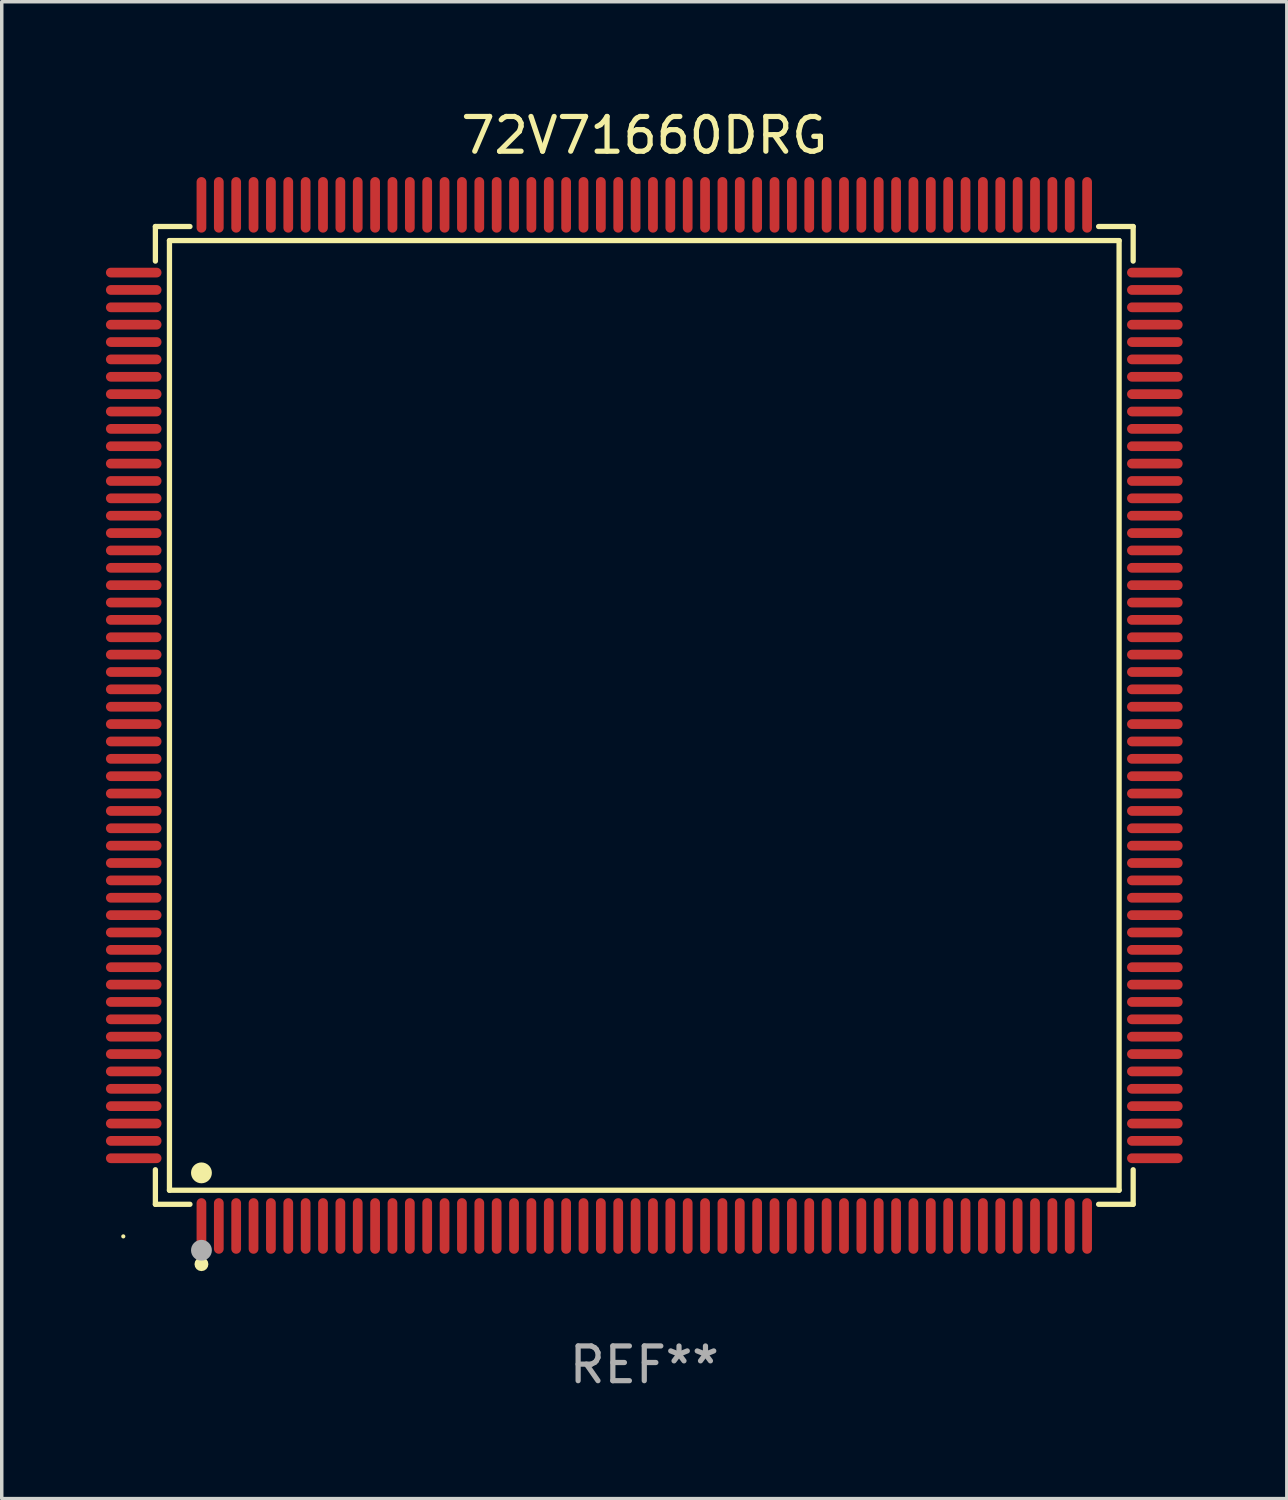
<source format=kicad_pcb>
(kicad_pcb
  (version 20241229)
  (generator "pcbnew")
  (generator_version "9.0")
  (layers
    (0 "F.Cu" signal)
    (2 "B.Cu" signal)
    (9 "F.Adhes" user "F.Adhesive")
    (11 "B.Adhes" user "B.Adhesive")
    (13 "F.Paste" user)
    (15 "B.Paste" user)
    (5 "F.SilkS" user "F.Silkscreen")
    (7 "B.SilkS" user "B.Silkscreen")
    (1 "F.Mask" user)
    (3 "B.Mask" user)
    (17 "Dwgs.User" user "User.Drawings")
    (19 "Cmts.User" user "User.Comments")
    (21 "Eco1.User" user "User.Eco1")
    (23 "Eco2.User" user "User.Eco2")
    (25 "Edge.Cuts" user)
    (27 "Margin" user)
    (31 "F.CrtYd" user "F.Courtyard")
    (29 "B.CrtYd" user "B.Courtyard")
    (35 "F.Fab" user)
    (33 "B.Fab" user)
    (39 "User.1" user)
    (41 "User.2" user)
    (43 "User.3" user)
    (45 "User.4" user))
  (footprint "72V71660DRG"
    (layer "F.Cu")
    (at 15.5 17.548)
    (property "Reference" "72V71660DRG" (at 0 -16.7 0) (layer "F.SilkS") (effects (font (size 1 1) (thickness 0.15))))
    (attr through_hole)
    (fp_line (start -14.076 -14.076) (end -13.081 -14.076) (stroke (width 0.152) (type solid)) (layer "F.SilkS"))
    (fp_line (start -14.076 -13.081) (end -14.076 -14.076) (stroke (width 0.152) (type solid)) (layer "F.SilkS"))
    (fp_line (start -14.076 13.081) (end -14.076 14.076) (stroke (width 0.152) (type solid)) (layer "F.SilkS"))
    (fp_line (start -14.076 14.076) (end -13.081 14.076) (stroke (width 0.152) (type solid)) (layer "F.SilkS"))
    (fp_line (start -13.671 -13.671) (end 13.671 -13.671) (stroke (width 0.152) (type solid)) (layer "F.SilkS"))
    (fp_line (start -13.671 13.671) (end -13.671 -13.671) (stroke (width 0.152) (type solid)) (layer "F.SilkS"))
    (fp_line (start 13.671 -13.671) (end 13.671 13.671) (stroke (width 0.152) (type solid)) (layer "F.SilkS"))
    (fp_line (start 13.671 13.671) (end -13.671 13.671) (stroke (width 0.152) (type solid)) (layer "F.SilkS"))
    (fp_line (start 14.076 -14.076) (end 13.081 -14.076) (stroke (width 0.152) (type solid)) (layer "F.SilkS"))
    (fp_line (start 14.076 -13.081) (end 14.076 -14.076) (stroke (width 0.152) (type solid)) (layer "F.SilkS"))
    (fp_line (start 14.076 13.081) (end 14.076 14.076) (stroke (width 0.152) (type solid)) (layer "F.SilkS"))
    (fp_line (start 14.076 14.076) (end 13.081 14.076) (stroke (width 0.152) (type solid)) (layer "F.SilkS"))
    (fp_circle (center -15 15) (end -14.97 15) (stroke (width 0.06) (type solid)) (fill no) (layer "F.SilkS"))
    (fp_circle (center -12.75 13.171) (end -12.6 13.171) (stroke (width 0.3) (type solid)) (fill no) (layer "F.SilkS"))
    (fp_circle (center -12.75 15.8) (end -12.65 15.8) (stroke (width 0.2) (type solid)) (fill no) (layer "F.SilkS"))
    (fp_circle (center -12.75 15.4) (end -12.6 15.4) (stroke (width 0.3) (type solid)) (fill no) (layer "F.Fab"))
    (fp_text user "REF**" (at 0 18.7 0) (layer "F.Fab") (effects (font (size 1 1) (thickness 0.15))))
    (pad "1" smd oval (at -12.75 14.7) (size 0.28 1.6) (layers "F.Cu" "F.Mask" "F.Paste"))
    (pad "2" smd oval (at -12.25 14.7) (size 0.28 1.6) (layers "F.Cu" "F.Mask" "F.Paste"))
    (pad "3" smd oval (at -11.75 14.7) (size 0.28 1.6) (layers "F.Cu" "F.Mask" "F.Paste"))
    (pad "4" smd oval (at -11.25 14.7) (size 0.28 1.6) (layers "F.Cu" "F.Mask" "F.Paste"))
    (pad "5" smd oval (at -10.75 14.7) (size 0.28 1.6) (layers "F.Cu" "F.Mask" "F.Paste"))
    (pad "6" smd oval (at -10.25 14.7) (size 0.28 1.6) (layers "F.Cu" "F.Mask" "F.Paste"))
    (pad "7" smd oval (at -9.75 14.7) (size 0.28 1.6) (layers "F.Cu" "F.Mask" "F.Paste"))
    (pad "8" smd oval (at -9.25 14.7) (size 0.28 1.6) (layers "F.Cu" "F.Mask" "F.Paste"))
    (pad "9" smd oval (at -8.75 14.7) (size 0.28 1.6) (layers "F.Cu" "F.Mask" "F.Paste"))
    (pad "10" smd oval (at -8.25 14.7) (size 0.28 1.6) (layers "F.Cu" "F.Mask" "F.Paste"))
    (pad "11" smd oval (at -7.75 14.7) (size 0.28 1.6) (layers "F.Cu" "F.Mask" "F.Paste"))
    (pad "12" smd oval (at -7.25 14.7) (size 0.28 1.6) (layers "F.Cu" "F.Mask" "F.Paste"))
    (pad "13" smd oval (at -6.75 14.7) (size 0.28 1.6) (layers "F.Cu" "F.Mask" "F.Paste"))
    (pad "14" smd oval (at -6.25 14.7) (size 0.28 1.6) (layers "F.Cu" "F.Mask" "F.Paste"))
    (pad "15" smd oval (at -5.75 14.7) (size 0.28 1.6) (layers "F.Cu" "F.Mask" "F.Paste"))
    (pad "16" smd oval (at -5.25 14.7) (size 0.28 1.6) (layers "F.Cu" "F.Mask" "F.Paste"))
    (pad "17" smd oval (at -4.75 14.7) (size 0.28 1.6) (layers "F.Cu" "F.Mask" "F.Paste"))
    (pad "18" smd oval (at -4.25 14.7) (size 0.28 1.6) (layers "F.Cu" "F.Mask" "F.Paste"))
    (pad "19" smd oval (at -3.75 14.7) (size 0.28 1.6) (layers "F.Cu" "F.Mask" "F.Paste"))
    (pad "20" smd oval (at -3.25 14.7) (size 0.28 1.6) (layers "F.Cu" "F.Mask" "F.Paste"))
    (pad "21" smd oval (at -2.75 14.7) (size 0.28 1.6) (layers "F.Cu" "F.Mask" "F.Paste"))
    (pad "22" smd oval (at -2.25 14.7) (size 0.28 1.6) (layers "F.Cu" "F.Mask" "F.Paste"))
    (pad "23" smd oval (at -1.75 14.7) (size 0.28 1.6) (layers "F.Cu" "F.Mask" "F.Paste"))
    (pad "24" smd oval (at -1.25 14.7) (size 0.28 1.6) (layers "F.Cu" "F.Mask" "F.Paste"))
    (pad "25" smd oval (at -0.75 14.7) (size 0.28 1.6) (layers "F.Cu" "F.Mask" "F.Paste"))
    (pad "26" smd oval (at -0.25 14.7) (size 0.28 1.6) (layers "F.Cu" "F.Mask" "F.Paste"))
    (pad "27" smd oval (at 0.25 14.7) (size 0.28 1.6) (layers "F.Cu" "F.Mask" "F.Paste"))
    (pad "28" smd oval (at 0.75 14.7) (size 0.28 1.6) (layers "F.Cu" "F.Mask" "F.Paste"))
    (pad "29" smd oval (at 1.25 14.7) (size 0.28 1.6) (layers "F.Cu" "F.Mask" "F.Paste"))
    (pad "30" smd oval (at 1.75 14.7) (size 0.28 1.6) (layers "F.Cu" "F.Mask" "F.Paste"))
    (pad "31" smd oval (at 2.25 14.7) (size 0.28 1.6) (layers "F.Cu" "F.Mask" "F.Paste"))
    (pad "32" smd oval (at 2.75 14.7) (size 0.28 1.6) (layers "F.Cu" "F.Mask" "F.Paste"))
    (pad "33" smd oval (at 3.25 14.7) (size 0.28 1.6) (layers "F.Cu" "F.Mask" "F.Paste"))
    (pad "34" smd oval (at 3.75 14.7) (size 0.28 1.6) (layers "F.Cu" "F.Mask" "F.Paste"))
    (pad "35" smd oval (at 4.25 14.7) (size 0.28 1.6) (layers "F.Cu" "F.Mask" "F.Paste"))
    (pad "36" smd oval (at 4.75 14.7) (size 0.28 1.6) (layers "F.Cu" "F.Mask" "F.Paste"))
    (pad "37" smd oval (at 5.25 14.7) (size 0.28 1.6) (layers "F.Cu" "F.Mask" "F.Paste"))
    (pad "38" smd oval (at 5.75 14.7) (size 0.28 1.6) (layers "F.Cu" "F.Mask" "F.Paste"))
    (pad "39" smd oval (at 6.25 14.7) (size 0.28 1.6) (layers "F.Cu" "F.Mask" "F.Paste"))
    (pad "40" smd oval (at 6.75 14.7) (size 0.28 1.6) (layers "F.Cu" "F.Mask" "F.Paste"))
    (pad "41" smd oval (at 7.25 14.7) (size 0.28 1.6) (layers "F.Cu" "F.Mask" "F.Paste"))
    (pad "42" smd oval (at 7.75 14.7) (size 0.28 1.6) (layers "F.Cu" "F.Mask" "F.Paste"))
    (pad "43" smd oval (at 8.25 14.7) (size 0.28 1.6) (layers "F.Cu" "F.Mask" "F.Paste"))
    (pad "44" smd oval (at 8.75 14.7) (size 0.28 1.6) (layers "F.Cu" "F.Mask" "F.Paste"))
    (pad "45" smd oval (at 9.25 14.7) (size 0.28 1.6) (layers "F.Cu" "F.Mask" "F.Paste"))
    (pad "46" smd oval (at 9.75 14.7) (size 0.28 1.6) (layers "F.Cu" "F.Mask" "F.Paste"))
    (pad "47" smd oval (at 10.25 14.7) (size 0.28 1.6) (layers "F.Cu" "F.Mask" "F.Paste"))
    (pad "48" smd oval (at 10.75 14.7) (size 0.28 1.6) (layers "F.Cu" "F.Mask" "F.Paste"))
    (pad "49" smd oval (at 11.25 14.7) (size 0.28 1.6) (layers "F.Cu" "F.Mask" "F.Paste"))
    (pad "50" smd oval (at 11.75 14.7) (size 0.28 1.6) (layers "F.Cu" "F.Mask" "F.Paste"))
    (pad "51" smd oval (at 12.25 14.7) (size 0.28 1.6) (layers "F.Cu" "F.Mask" "F.Paste"))
    (pad "52" smd oval (at 12.75 14.7) (size 0.28 1.6) (layers "F.Cu" "F.Mask" "F.Paste"))
    (pad "53" smd oval (at 14.7 12.75) (size 1.6 0.28) (layers "F.Cu" "F.Mask" "F.Paste"))
    (pad "54" smd oval (at 14.7 12.25) (size 1.6 0.28) (layers "F.Cu" "F.Mask" "F.Paste"))
    (pad "55" smd oval (at 14.7 11.75) (size 1.6 0.28) (layers "F.Cu" "F.Mask" "F.Paste"))
    (pad "56" smd oval (at 14.7 11.25) (size 1.6 0.28) (layers "F.Cu" "F.Mask" "F.Paste"))
    (pad "57" smd oval (at 14.7 10.75) (size 1.6 0.28) (layers "F.Cu" "F.Mask" "F.Paste"))
    (pad "58" smd oval (at 14.7 10.25) (size 1.6 0.28) (layers "F.Cu" "F.Mask" "F.Paste"))
    (pad "59" smd oval (at 14.7 9.75) (size 1.6 0.28) (layers "F.Cu" "F.Mask" "F.Paste"))
    (pad "60" smd oval (at 14.7 9.25) (size 1.6 0.28) (layers "F.Cu" "F.Mask" "F.Paste"))
    (pad "61" smd oval (at 14.7 8.75) (size 1.6 0.28) (layers "F.Cu" "F.Mask" "F.Paste"))
    (pad "62" smd oval (at 14.7 8.25) (size 1.6 0.28) (layers "F.Cu" "F.Mask" "F.Paste"))
    (pad "63" smd oval (at 14.7 7.75) (size 1.6 0.28) (layers "F.Cu" "F.Mask" "F.Paste"))
    (pad "64" smd oval (at 14.7 7.25) (size 1.6 0.28) (layers "F.Cu" "F.Mask" "F.Paste"))
    (pad "65" smd oval (at 14.7 6.75) (size 1.6 0.28) (layers "F.Cu" "F.Mask" "F.Paste"))
    (pad "66" smd oval (at 14.7 6.25) (size 1.6 0.28) (layers "F.Cu" "F.Mask" "F.Paste"))
    (pad "67" smd oval (at 14.7 5.75) (size 1.6 0.28) (layers "F.Cu" "F.Mask" "F.Paste"))
    (pad "68" smd oval (at 14.7 5.25) (size 1.6 0.28) (layers "F.Cu" "F.Mask" "F.Paste"))
    (pad "69" smd oval (at 14.7 4.75) (size 1.6 0.28) (layers "F.Cu" "F.Mask" "F.Paste"))
    (pad "70" smd oval (at 14.7 4.25) (size 1.6 0.28) (layers "F.Cu" "F.Mask" "F.Paste"))
    (pad "71" smd oval (at 14.7 3.75) (size 1.6 0.28) (layers "F.Cu" "F.Mask" "F.Paste"))
    (pad "72" smd oval (at 14.7 3.25) (size 1.6 0.28) (layers "F.Cu" "F.Mask" "F.Paste"))
    (pad "73" smd oval (at 14.7 2.75) (size 1.6 0.28) (layers "F.Cu" "F.Mask" "F.Paste"))
    (pad "74" smd oval (at 14.7 2.25) (size 1.6 0.28) (layers "F.Cu" "F.Mask" "F.Paste"))
    (pad "75" smd oval (at 14.7 1.75) (size 1.6 0.28) (layers "F.Cu" "F.Mask" "F.Paste"))
    (pad "76" smd oval (at 14.7 1.25) (size 1.6 0.28) (layers "F.Cu" "F.Mask" "F.Paste"))
    (pad "77" smd oval (at 14.7 0.75) (size 1.6 0.28) (layers "F.Cu" "F.Mask" "F.Paste"))
    (pad "78" smd oval (at 14.7 0.25) (size 1.6 0.28) (layers "F.Cu" "F.Mask" "F.Paste"))
    (pad "79" smd oval (at 14.7 -0.25) (size 1.6 0.28) (layers "F.Cu" "F.Mask" "F.Paste"))
    (pad "80" smd oval (at 14.7 -0.75) (size 1.6 0.28) (layers "F.Cu" "F.Mask" "F.Paste"))
    (pad "81" smd oval (at 14.7 -1.25) (size 1.6 0.28) (layers "F.Cu" "F.Mask" "F.Paste"))
    (pad "82" smd oval (at 14.7 -1.75) (size 1.6 0.28) (layers "F.Cu" "F.Mask" "F.Paste"))
    (pad "83" smd oval (at 14.7 -2.25) (size 1.6 0.28) (layers "F.Cu" "F.Mask" "F.Paste"))
    (pad "84" smd oval (at 14.7 -2.75) (size 1.6 0.28) (layers "F.Cu" "F.Mask" "F.Paste"))
    (pad "85" smd oval (at 14.7 -3.25) (size 1.6 0.28) (layers "F.Cu" "F.Mask" "F.Paste"))
    (pad "86" smd oval (at 14.7 -3.75) (size 1.6 0.28) (layers "F.Cu" "F.Mask" "F.Paste"))
    (pad "87" smd oval (at 14.7 -4.25) (size 1.6 0.28) (layers "F.Cu" "F.Mask" "F.Paste"))
    (pad "88" smd oval (at 14.7 -4.75) (size 1.6 0.28) (layers "F.Cu" "F.Mask" "F.Paste"))
    (pad "89" smd oval (at 14.7 -5.25) (size 1.6 0.28) (layers "F.Cu" "F.Mask" "F.Paste"))
    (pad "90" smd oval (at 14.7 -5.75) (size 1.6 0.28) (layers "F.Cu" "F.Mask" "F.Paste"))
    (pad "91" smd oval (at 14.7 -6.25) (size 1.6 0.28) (layers "F.Cu" "F.Mask" "F.Paste"))
    (pad "92" smd oval (at 14.7 -6.75) (size 1.6 0.28) (layers "F.Cu" "F.Mask" "F.Paste"))
    (pad "93" smd oval (at 14.7 -7.25) (size 1.6 0.28) (layers "F.Cu" "F.Mask" "F.Paste"))
    (pad "94" smd oval (at 14.7 -7.75) (size 1.6 0.28) (layers "F.Cu" "F.Mask" "F.Paste"))
    (pad "95" smd oval (at 14.7 -8.25) (size 1.6 0.28) (layers "F.Cu" "F.Mask" "F.Paste"))
    (pad "96" smd oval (at 14.7 -8.75) (size 1.6 0.28) (layers "F.Cu" "F.Mask" "F.Paste"))
    (pad "97" smd oval (at 14.7 -9.25) (size 1.6 0.28) (layers "F.Cu" "F.Mask" "F.Paste"))
    (pad "98" smd oval (at 14.7 -9.75) (size 1.6 0.28) (layers "F.Cu" "F.Mask" "F.Paste"))
    (pad "99" smd oval (at 14.7 -10.25) (size 1.6 0.28) (layers "F.Cu" "F.Mask" "F.Paste"))
    (pad "100" smd oval (at 14.7 -10.75) (size 1.6 0.28) (layers "F.Cu" "F.Mask" "F.Paste"))
    (pad "101" smd oval (at 14.7 -11.25) (size 1.6 0.28) (layers "F.Cu" "F.Mask" "F.Paste"))
    (pad "102" smd oval (at 14.7 -11.75) (size 1.6 0.28) (layers "F.Cu" "F.Mask" "F.Paste"))
    (pad "103" smd oval (at 14.7 -12.25) (size 1.6 0.28) (layers "F.Cu" "F.Mask" "F.Paste"))
    (pad "104" smd oval (at 14.7 -12.75) (size 1.6 0.28) (layers "F.Cu" "F.Mask" "F.Paste"))
    (pad "105" smd oval (at 12.75 -14.7) (size 0.28 1.6) (layers "F.Cu" "F.Mask" "F.Paste"))
    (pad "106" smd oval (at 12.25 -14.7) (size 0.28 1.6) (layers "F.Cu" "F.Mask" "F.Paste"))
    (pad "107" smd oval (at 11.75 -14.7) (size 0.28 1.6) (layers "F.Cu" "F.Mask" "F.Paste"))
    (pad "108" smd oval (at 11.25 -14.7) (size 0.28 1.6) (layers "F.Cu" "F.Mask" "F.Paste"))
    (pad "109" smd oval (at 10.75 -14.7) (size 0.28 1.6) (layers "F.Cu" "F.Mask" "F.Paste"))
    (pad "110" smd oval (at 10.25 -14.7) (size 0.28 1.6) (layers "F.Cu" "F.Mask" "F.Paste"))
    (pad "111" smd oval (at 9.75 -14.7) (size 0.28 1.6) (layers "F.Cu" "F.Mask" "F.Paste"))
    (pad "112" smd oval (at 9.25 -14.7) (size 0.28 1.6) (layers "F.Cu" "F.Mask" "F.Paste"))
    (pad "113" smd oval (at 8.75 -14.7) (size 0.28 1.6) (layers "F.Cu" "F.Mask" "F.Paste"))
    (pad "114" smd oval (at 8.25 -14.7) (size 0.28 1.6) (layers "F.Cu" "F.Mask" "F.Paste"))
    (pad "115" smd oval (at 7.75 -14.7) (size 0.28 1.6) (layers "F.Cu" "F.Mask" "F.Paste"))
    (pad "116" smd oval (at 7.25 -14.7) (size 0.28 1.6) (layers "F.Cu" "F.Mask" "F.Paste"))
    (pad "117" smd oval (at 6.75 -14.7) (size 0.28 1.6) (layers "F.Cu" "F.Mask" "F.Paste"))
    (pad "118" smd oval (at 6.25 -14.7) (size 0.28 1.6) (layers "F.Cu" "F.Mask" "F.Paste"))
    (pad "119" smd oval (at 5.75 -14.7) (size 0.28 1.6) (layers "F.Cu" "F.Mask" "F.Paste"))
    (pad "120" smd oval (at 5.25 -14.7) (size 0.28 1.6) (layers "F.Cu" "F.Mask" "F.Paste"))
    (pad "121" smd oval (at 4.75 -14.7) (size 0.28 1.6) (layers "F.Cu" "F.Mask" "F.Paste"))
    (pad "122" smd oval (at 4.25 -14.7) (size 0.28 1.6) (layers "F.Cu" "F.Mask" "F.Paste"))
    (pad "123" smd oval (at 3.75 -14.7) (size 0.28 1.6) (layers "F.Cu" "F.Mask" "F.Paste"))
    (pad "124" smd oval (at 3.25 -14.7) (size 0.28 1.6) (layers "F.Cu" "F.Mask" "F.Paste"))
    (pad "125" smd oval (at 2.75 -14.7) (size 0.28 1.6) (layers "F.Cu" "F.Mask" "F.Paste"))
    (pad "126" smd oval (at 2.25 -14.7) (size 0.28 1.6) (layers "F.Cu" "F.Mask" "F.Paste"))
    (pad "127" smd oval (at 1.75 -14.7) (size 0.28 1.6) (layers "F.Cu" "F.Mask" "F.Paste"))
    (pad "128" smd oval (at 1.25 -14.7) (size 0.28 1.6) (layers "F.Cu" "F.Mask" "F.Paste"))
    (pad "129" smd oval (at 0.75 -14.7) (size 0.28 1.6) (layers "F.Cu" "F.Mask" "F.Paste"))
    (pad "130" smd oval (at 0.25 -14.7) (size 0.28 1.6) (layers "F.Cu" "F.Mask" "F.Paste"))
    (pad "131" smd oval (at -0.25 -14.7) (size 0.28 1.6) (layers "F.Cu" "F.Mask" "F.Paste"))
    (pad "132" smd oval (at -0.75 -14.7) (size 0.28 1.6) (layers "F.Cu" "F.Mask" "F.Paste"))
    (pad "133" smd oval (at -1.25 -14.7) (size 0.28 1.6) (layers "F.Cu" "F.Mask" "F.Paste"))
    (pad "134" smd oval (at -1.75 -14.7) (size 0.28 1.6) (layers "F.Cu" "F.Mask" "F.Paste"))
    (pad "135" smd oval (at -2.25 -14.7) (size 0.28 1.6) (layers "F.Cu" "F.Mask" "F.Paste"))
    (pad "136" smd oval (at -2.75 -14.7) (size 0.28 1.6) (layers "F.Cu" "F.Mask" "F.Paste"))
    (pad "137" smd oval (at -3.25 -14.7) (size 0.28 1.6) (layers "F.Cu" "F.Mask" "F.Paste"))
    (pad "138" smd oval (at -3.75 -14.7) (size 0.28 1.6) (layers "F.Cu" "F.Mask" "F.Paste"))
    (pad "139" smd oval (at -4.25 -14.7) (size 0.28 1.6) (layers "F.Cu" "F.Mask" "F.Paste"))
    (pad "140" smd oval (at -4.75 -14.7) (size 0.28 1.6) (layers "F.Cu" "F.Mask" "F.Paste"))
    (pad "141" smd oval (at -5.25 -14.7) (size 0.28 1.6) (layers "F.Cu" "F.Mask" "F.Paste"))
    (pad "142" smd oval (at -5.75 -14.7) (size 0.28 1.6) (layers "F.Cu" "F.Mask" "F.Paste"))
    (pad "143" smd oval (at -6.25 -14.7) (size 0.28 1.6) (layers "F.Cu" "F.Mask" "F.Paste"))
    (pad "144" smd oval (at -6.75 -14.7) (size 0.28 1.6) (layers "F.Cu" "F.Mask" "F.Paste"))
    (pad "145" smd oval (at -7.25 -14.7) (size 0.28 1.6) (layers "F.Cu" "F.Mask" "F.Paste"))
    (pad "146" smd oval (at -7.75 -14.7) (size 0.28 1.6) (layers "F.Cu" "F.Mask" "F.Paste"))
    (pad "147" smd oval (at -8.25 -14.7) (size 0.28 1.6) (layers "F.Cu" "F.Mask" "F.Paste"))
    (pad "148" smd oval (at -8.75 -14.7) (size 0.28 1.6) (layers "F.Cu" "F.Mask" "F.Paste"))
    (pad "149" smd oval (at -9.25 -14.7) (size 0.28 1.6) (layers "F.Cu" "F.Mask" "F.Paste"))
    (pad "150" smd oval (at -9.75 -14.7) (size 0.28 1.6) (layers "F.Cu" "F.Mask" "F.Paste"))
    (pad "151" smd oval (at -10.25 -14.7) (size 0.28 1.6) (layers "F.Cu" "F.Mask" "F.Paste"))
    (pad "152" smd oval (at -10.75 -14.7) (size 0.28 1.6) (layers "F.Cu" "F.Mask" "F.Paste"))
    (pad "153" smd oval (at -11.25 -14.7) (size 0.28 1.6) (layers "F.Cu" "F.Mask" "F.Paste"))
    (pad "154" smd oval (at -11.75 -14.7) (size 0.28 1.6) (layers "F.Cu" "F.Mask" "F.Paste"))
    (pad "155" smd oval (at -12.25 -14.7) (size 0.28 1.6) (layers "F.Cu" "F.Mask" "F.Paste"))
    (pad "156" smd oval (at -12.75 -14.7) (size 0.28 1.6) (layers "F.Cu" "F.Mask" "F.Paste"))
    (pad "157" smd oval (at -14.7 -12.75) (size 1.6 0.28) (layers "F.Cu" "F.Mask" "F.Paste"))
    (pad "158" smd oval (at -14.7 -12.25) (size 1.6 0.28) (layers "F.Cu" "F.Mask" "F.Paste"))
    (pad "159" smd oval (at -14.7 -11.75) (size 1.6 0.28) (layers "F.Cu" "F.Mask" "F.Paste"))
    (pad "160" smd oval (at -14.7 -11.25) (size 1.6 0.28) (layers "F.Cu" "F.Mask" "F.Paste"))
    (pad "161" smd oval (at -14.7 -10.75) (size 1.6 0.28) (layers "F.Cu" "F.Mask" "F.Paste"))
    (pad "162" smd oval (at -14.7 -10.25) (size 1.6 0.28) (layers "F.Cu" "F.Mask" "F.Paste"))
    (pad "163" smd oval (at -14.7 -9.75) (size 1.6 0.28) (layers "F.Cu" "F.Mask" "F.Paste"))
    (pad "164" smd oval (at -14.7 -9.25) (size 1.6 0.28) (layers "F.Cu" "F.Mask" "F.Paste"))
    (pad "165" smd oval (at -14.7 -8.75) (size 1.6 0.28) (layers "F.Cu" "F.Mask" "F.Paste"))
    (pad "166" smd oval (at -14.7 -8.25) (size 1.6 0.28) (layers "F.Cu" "F.Mask" "F.Paste"))
    (pad "167" smd oval (at -14.7 -7.75) (size 1.6 0.28) (layers "F.Cu" "F.Mask" "F.Paste"))
    (pad "168" smd oval (at -14.7 -7.25) (size 1.6 0.28) (layers "F.Cu" "F.Mask" "F.Paste"))
    (pad "169" smd oval (at -14.7 -6.75) (size 1.6 0.28) (layers "F.Cu" "F.Mask" "F.Paste"))
    (pad "170" smd oval (at -14.7 -6.25) (size 1.6 0.28) (layers "F.Cu" "F.Mask" "F.Paste"))
    (pad "171" smd oval (at -14.7 -5.75) (size 1.6 0.28) (layers "F.Cu" "F.Mask" "F.Paste"))
    (pad "172" smd oval (at -14.7 -5.25) (size 1.6 0.28) (layers "F.Cu" "F.Mask" "F.Paste"))
    (pad "173" smd oval (at -14.7 -4.75) (size 1.6 0.28) (layers "F.Cu" "F.Mask" "F.Paste"))
    (pad "174" smd oval (at -14.7 -4.25) (size 1.6 0.28) (layers "F.Cu" "F.Mask" "F.Paste"))
    (pad "175" smd oval (at -14.7 -3.75) (size 1.6 0.28) (layers "F.Cu" "F.Mask" "F.Paste"))
    (pad "176" smd oval (at -14.7 -3.25) (size 1.6 0.28) (layers "F.Cu" "F.Mask" "F.Paste"))
    (pad "177" smd oval (at -14.7 -2.75) (size 1.6 0.28) (layers "F.Cu" "F.Mask" "F.Paste"))
    (pad "178" smd oval (at -14.7 -2.25) (size 1.6 0.28) (layers "F.Cu" "F.Mask" "F.Paste"))
    (pad "179" smd oval (at -14.7 -1.75) (size 1.6 0.28) (layers "F.Cu" "F.Mask" "F.Paste"))
    (pad "180" smd oval (at -14.7 -1.25) (size 1.6 0.28) (layers "F.Cu" "F.Mask" "F.Paste"))
    (pad "181" smd oval (at -14.7 -0.75) (size 1.6 0.28) (layers "F.Cu" "F.Mask" "F.Paste"))
    (pad "182" smd oval (at -14.7 -0.25) (size 1.6 0.28) (layers "F.Cu" "F.Mask" "F.Paste"))
    (pad "183" smd oval (at -14.7 0.25) (size 1.6 0.28) (layers "F.Cu" "F.Mask" "F.Paste"))
    (pad "184" smd oval (at -14.7 0.75) (size 1.6 0.28) (layers "F.Cu" "F.Mask" "F.Paste"))
    (pad "185" smd oval (at -14.7 1.25) (size 1.6 0.28) (layers "F.Cu" "F.Mask" "F.Paste"))
    (pad "186" smd oval (at -14.7 1.75) (size 1.6 0.28) (layers "F.Cu" "F.Mask" "F.Paste"))
    (pad "187" smd oval (at -14.7 2.25) (size 1.6 0.28) (layers "F.Cu" "F.Mask" "F.Paste"))
    (pad "188" smd oval (at -14.7 2.75) (size 1.6 0.28) (layers "F.Cu" "F.Mask" "F.Paste"))
    (pad "189" smd oval (at -14.7 3.25) (size 1.6 0.28) (layers "F.Cu" "F.Mask" "F.Paste"))
    (pad "190" smd oval (at -14.7 3.75) (size 1.6 0.28) (layers "F.Cu" "F.Mask" "F.Paste"))
    (pad "191" smd oval (at -14.7 4.25) (size 1.6 0.28) (layers "F.Cu" "F.Mask" "F.Paste"))
    (pad "192" smd oval (at -14.7 4.75) (size 1.6 0.28) (layers "F.Cu" "F.Mask" "F.Paste"))
    (pad "193" smd oval (at -14.7 5.25) (size 1.6 0.28) (layers "F.Cu" "F.Mask" "F.Paste"))
    (pad "194" smd oval (at -14.7 5.75) (size 1.6 0.28) (layers "F.Cu" "F.Mask" "F.Paste"))
    (pad "195" smd oval (at -14.7 6.25) (size 1.6 0.28) (layers "F.Cu" "F.Mask" "F.Paste"))
    (pad "196" smd oval (at -14.7 6.75) (size 1.6 0.28) (layers "F.Cu" "F.Mask" "F.Paste"))
    (pad "197" smd oval (at -14.7 7.25) (size 1.6 0.28) (layers "F.Cu" "F.Mask" "F.Paste"))
    (pad "198" smd oval (at -14.7 7.75) (size 1.6 0.28) (layers "F.Cu" "F.Mask" "F.Paste"))
    (pad "199" smd oval (at -14.7 8.25) (size 1.6 0.28) (layers "F.Cu" "F.Mask" "F.Paste"))
    (pad "200" smd oval (at -14.7 8.75) (size 1.6 0.28) (layers "F.Cu" "F.Mask" "F.Paste"))
    (pad "201" smd oval (at -14.7 9.25) (size 1.6 0.28) (layers "F.Cu" "F.Mask" "F.Paste"))
    (pad "202" smd oval (at -14.7 9.75) (size 1.6 0.28) (layers "F.Cu" "F.Mask" "F.Paste"))
    (pad "203" smd oval (at -14.7 10.25) (size 1.6 0.28) (layers "F.Cu" "F.Mask" "F.Paste"))
    (pad "204" smd oval (at -14.7 10.75) (size 1.6 0.28) (layers "F.Cu" "F.Mask" "F.Paste"))
    (pad "205" smd oval (at -14.7 11.25) (size 1.6 0.28) (layers "F.Cu" "F.Mask" "F.Paste"))
    (pad "206" smd oval (at -14.7 11.75) (size 1.6 0.28) (layers "F.Cu" "F.Mask" "F.Paste"))
    (pad "207" smd oval (at -14.7 12.25) (size 1.6 0.28) (layers "F.Cu" "F.Mask" "F.Paste"))
    (pad "208" smd oval (at -14.7 12.75) (size 1.6 0.28) (layers "F.Cu" "F.Mask" "F.Paste")))
  (gr_rect
    (start -3 -3)
    (end 34 40.097)
    (stroke (width 0.1) (type default))
    (fill no)
    (layer "Edge.Cuts")))
</source>
